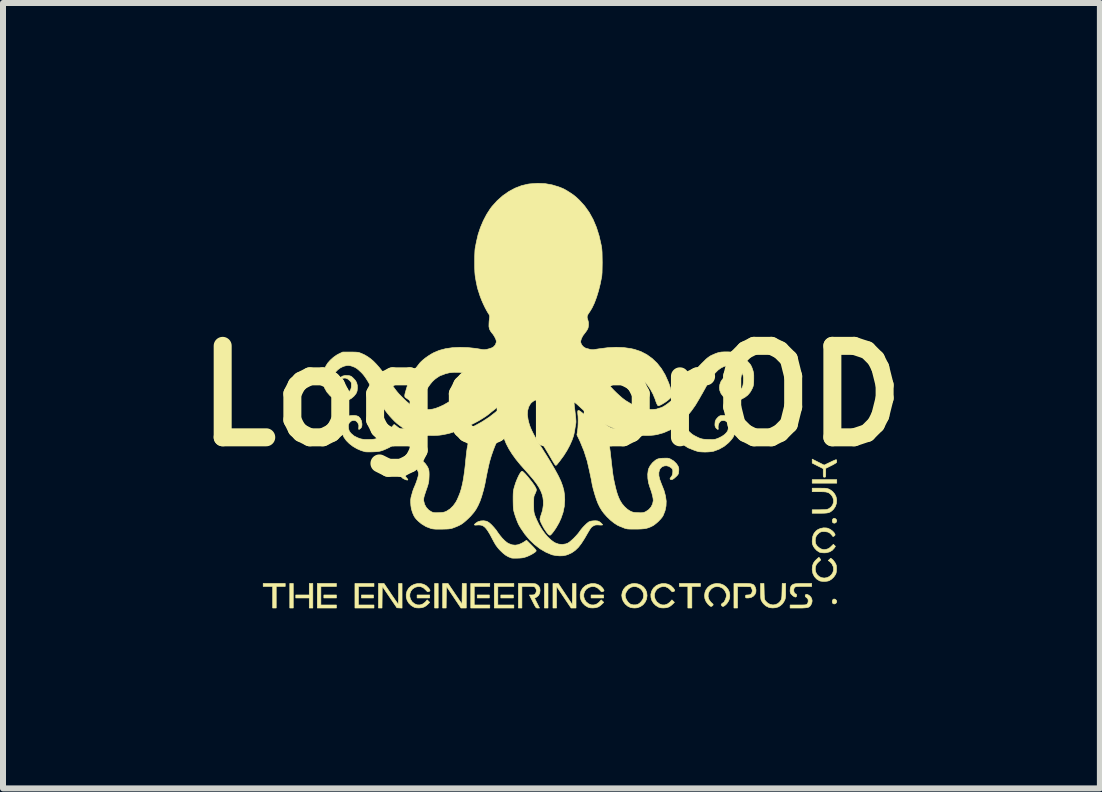
<source format=kicad_pcb>
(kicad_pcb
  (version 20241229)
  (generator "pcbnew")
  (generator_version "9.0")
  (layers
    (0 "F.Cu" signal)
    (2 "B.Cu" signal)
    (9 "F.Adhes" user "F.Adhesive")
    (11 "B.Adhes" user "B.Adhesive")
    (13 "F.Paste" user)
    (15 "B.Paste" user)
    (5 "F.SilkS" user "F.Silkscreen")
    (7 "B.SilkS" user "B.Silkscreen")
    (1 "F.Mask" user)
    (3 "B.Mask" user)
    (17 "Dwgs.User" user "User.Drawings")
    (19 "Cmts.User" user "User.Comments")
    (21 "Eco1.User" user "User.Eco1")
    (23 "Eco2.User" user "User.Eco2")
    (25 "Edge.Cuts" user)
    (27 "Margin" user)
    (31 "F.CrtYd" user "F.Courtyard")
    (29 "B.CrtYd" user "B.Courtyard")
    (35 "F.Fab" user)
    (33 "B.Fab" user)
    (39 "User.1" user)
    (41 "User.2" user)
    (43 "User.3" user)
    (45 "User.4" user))
  (footprint "LogoforOD"
    (layer "F.Cu")
    (at 6.14 3.548)
    (property "Reference" "LogoforOD" (at 0 0 0) (layer "F.SilkS") (effects (font (size 1.524 1.524) (thickness 0.3))))
    (attr through_hole)
    (fp_poly (pts (xy -4.303 3.534) (xy -4.361 3.534) (xy -4.361 3.125) (xy -4.303 3.125) (xy -4.303 3.534)) (stroke (width 0.01) (type solid)) (fill yes) (layer "F.SilkS"))
    (fp_poly (pts (xy -3.584 3.367) (xy -3.793 3.367) (xy -3.793 3.317) (xy -3.584 3.317) (xy -3.584 3.367)) (stroke (width 0.01) (type solid)) (fill yes) (layer "F.SilkS"))
    (fp_poly (pts (xy -2.966 3.367) (xy -3.167 3.367) (xy -3.167 3.317) (xy -2.966 3.317) (xy -2.966 3.367)) (stroke (width 0.01) (type solid)) (fill yes) (layer "F.SilkS"))
    (fp_poly (pts (xy -2.03 3.367) (xy -2.239 3.367) (xy -2.239 3.317) (xy -2.03 3.317) (xy -2.03 3.367)) (stroke (width 0.01) (type solid)) (fill yes) (layer "F.SilkS"))
    (fp_poly (pts (xy -1.888 3.534) (xy -1.947 3.534) (xy -1.947 3.125) (xy -1.888 3.125) (xy -1.888 3.534)) (stroke (width 0.01) (type solid)) (fill yes) (layer "F.SilkS"))
    (fp_poly (pts (xy -1.036 3.367) (xy -1.237 3.367) (xy -1.237 3.317) (xy -1.036 3.317) (xy -1.036 3.367)) (stroke (width 0.01) (type solid)) (fill yes) (layer "F.SilkS"))
    (fp_poly (pts (xy -0.635 3.367) (xy -0.844 3.367) (xy -0.844 3.317) (xy -0.635 3.317) (xy -0.635 3.367)) (stroke (width 0.01) (type solid)) (fill yes) (layer "F.SilkS"))
    (fp_poly (pts (xy -0.058 3.534) (xy -0.117 3.534) (xy -0.117 3.125) (xy -0.058 3.125) (xy -0.058 3.534)) (stroke (width 0.01) (type solid)) (fill yes) (layer "F.SilkS"))
    (fp_poly (pts (xy 0.869 3.367) (xy 0.66 3.367) (xy 0.66 3.317) (xy 0.869 3.317) (xy 0.869 3.367)) (stroke (width 0.01) (type solid)) (fill yes) (layer "F.SilkS"))
    (fp_poly (pts (xy 4.754 1.454) (xy 4.345 1.454) (xy 4.345 1.395) (xy 4.754 1.395) (xy 4.754 1.454)) (stroke (width 0.01) (type solid)) (fill yes) (layer "F.SilkS"))
    (fp_poly (pts (xy -4.437 3.175) (xy -4.587 3.175) (xy -4.587 3.534) (xy -4.646 3.534) (xy -4.646 3.175) (xy -4.804 3.175) (xy -4.804 3.125) (xy -4.437 3.125) (xy -4.437 3.175)) (stroke (width 0.01) (type solid)) (fill yes) (layer "F.SilkS"))
    (fp_poly (pts (xy -3.977 3.534) (xy -4.036 3.534) (xy -4.036 3.367) (xy -4.261 3.367) (xy -4.261 3.317) (xy -4.036 3.317) (xy -4.036 3.125) (xy -3.977 3.125) (xy -3.977 3.534)) (stroke (width 0.01) (type solid)) (fill yes) (layer "F.SilkS"))
    (fp_poly (pts (xy -3.584 3.175) (xy -3.843 3.175) (xy -3.843 3.484) (xy -3.584 3.484) (xy -3.584 3.534) (xy -3.902 3.534) (xy -3.902 3.125) (xy -3.584 3.125) (xy -3.584 3.175)) (stroke (width 0.01) (type solid)) (fill yes) (layer "F.SilkS"))
    (fp_poly (pts (xy -2.958 3.175) (xy -3.217 3.175) (xy -3.217 3.484) (xy -2.958 3.484) (xy -2.958 3.534) (xy -3.275 3.534) (xy -3.275 3.125) (xy -2.958 3.125) (xy -2.958 3.175)) (stroke (width 0.01) (type solid)) (fill yes) (layer "F.SilkS"))
    (fp_poly (pts (xy -1.028 3.175) (xy -1.287 3.175) (xy -1.287 3.484) (xy -1.028 3.484) (xy -1.028 3.534) (xy -1.345 3.534) (xy -1.345 3.125) (xy -1.028 3.125) (xy -1.028 3.175)) (stroke (width 0.01) (type solid)) (fill yes) (layer "F.SilkS"))
    (fp_poly (pts (xy -0.627 3.175) (xy -0.894 3.175) (xy -0.894 3.484) (xy -0.627 3.484) (xy -0.627 3.534) (xy -0.953 3.534) (xy -0.953 3.125) (xy -0.627 3.125) (xy -0.627 3.175)) (stroke (width 0.01) (type solid)) (fill yes) (layer "F.SilkS"))
    (fp_poly (pts (xy 2.482 3.175) (xy 2.339 3.175) (xy 2.339 3.534) (xy 2.273 3.534) (xy 2.273 3.175) (xy 2.131 3.175) (xy 2.131 3.125) (xy 2.482 3.125) (xy 2.482 3.175)) (stroke (width 0.01) (type solid)) (fill yes) (layer "F.SilkS"))
    (fp_poly (pts (xy 0.409 3.534) (xy 0.327 3.534) (xy 0.084 3.172) (xy 0.084 3.534) (xy 0.025 3.534) (xy 0.025 3.125) (xy 0.113 3.125) (xy 0.347 3.478) (xy 0.351 3.125) (xy 0.409 3.125) (xy 0.409 3.534)) (stroke (width 0.01) (type solid)) (fill yes) (layer "F.SilkS"))
    (fp_poly (pts (xy -1.608 3.297) (xy -1.491 3.469) (xy -1.487 3.125) (xy -1.42 3.125) (xy -1.42 3.534) (xy -1.508 3.534) (xy -1.629 3.353) (xy -1.75 3.173) (xy -1.753 3.354) (xy -1.755 3.534) (xy -1.813 3.534) (xy -1.813 3.125) (xy -1.724 3.125) (xy -1.608 3.297)) (stroke (width 0.01) (type solid)) (fill yes) (layer "F.SilkS"))
    (fp_poly (pts (xy 4.733 2.046) (xy 4.749 2.063) (xy 4.754 2.08) (xy 4.748 2.102) (xy 4.731 2.116) (xy 4.711 2.121) (xy 4.691 2.114) (xy 4.689 2.112) (xy 4.681 2.097) (xy 4.679 2.08) (xy 4.685 2.055) (xy 4.701 2.041) (xy 4.713 2.039) (xy 4.733 2.046)) (stroke (width 0.01) (type solid)) (fill yes) (layer "F.SilkS"))
    (fp_poly (pts (xy 4.733 3.391) (xy 4.749 3.408) (xy 4.754 3.426) (xy 4.748 3.447) (xy 4.731 3.461) (xy 4.711 3.467) (xy 4.691 3.46) (xy 4.689 3.457) (xy 4.681 3.442) (xy 4.679 3.426) (xy 4.685 3.4) (xy 4.701 3.386) (xy 4.713 3.384) (xy 4.733 3.391)) (stroke (width 0.01) (type solid)) (fill yes) (layer "F.SilkS"))
    (fp_poly (pts (xy -2.676 3.296) (xy -2.644 3.343) (xy -2.615 3.386) (xy -2.59 3.421) (xy -2.571 3.447) (xy -2.559 3.464) (xy -2.555 3.467) (xy -2.553 3.459) (xy -2.551 3.437) (xy -2.55 3.403) (xy -2.549 3.36) (xy -2.548 3.31) (xy -2.548 3.296) (xy -2.548 3.125) (xy -2.49 3.125) (xy -2.49 3.535) (xy -2.533 3.533) (xy -2.576 3.53) (xy -2.82 3.171) (xy -2.824 3.534) (xy -2.883 3.534) (xy -2.883 3.125) (xy -2.791 3.125) (xy -2.676 3.296)) (stroke (width 0.01) (type solid)) (fill yes) (layer "F.SilkS"))
    (fp_poly (pts (xy 4.444 1.103) (xy 4.544 1.153) (xy 4.647 1.104) (xy 4.688 1.084) (xy 4.717 1.072) (xy 4.735 1.064) (xy 4.745 1.063) (xy 4.75 1.065) (xy 4.752 1.072) (xy 4.753 1.076) (xy 4.753 1.096) (xy 4.751 1.108) (xy 4.742 1.116) (xy 4.721 1.129) (xy 4.692 1.146) (xy 4.658 1.163) (xy 4.57 1.207) (xy 4.57 1.28) (xy 4.57 1.315) (xy 4.569 1.337) (xy 4.566 1.348) (xy 4.56 1.353) (xy 4.55 1.354) (xy 4.549 1.354) (xy 4.539 1.353) (xy 4.533 1.349) (xy 4.53 1.338) (xy 4.529 1.317) (xy 4.529 1.283) (xy 4.529 1.212) (xy 4.437 1.166) (xy 4.345 1.119) (xy 4.345 1.053) (xy 4.444 1.103)) (stroke (width 0.01) (type solid)) (fill yes) (layer "F.SilkS"))
    (fp_poly (pts (xy 3.185 3.125) (xy 3.246 3.125) (xy 3.292 3.127) (xy 3.326 3.131) (xy 3.351 3.138) (xy 3.369 3.148) (xy 3.382 3.163) (xy 3.393 3.182) (xy 3.395 3.186) (xy 3.408 3.23) (xy 3.406 3.272) (xy 3.39 3.309) (xy 3.363 3.338) (xy 3.325 3.359) (xy 3.279 3.367) (xy 3.273 3.367) (xy 3.249 3.367) (xy 3.238 3.363) (xy 3.234 3.353) (xy 3.233 3.342) (xy 3.235 3.326) (xy 3.242 3.319) (xy 3.259 3.317) (xy 3.267 3.317) (xy 3.302 3.314) (xy 3.325 3.302) (xy 3.339 3.279) (xy 3.342 3.271) (xy 3.347 3.248) (xy 3.344 3.229) (xy 3.337 3.21) (xy 3.321 3.179) (xy 3.211 3.177) (xy 3.1 3.175) (xy 3.1 3.534) (xy 3.041 3.534) (xy 3.041 3.125) (xy 3.185 3.125)) (stroke (width 0.01) (type solid)) (fill yes) (layer "F.SilkS"))
    (fp_poly (pts (xy 4.267 3.31) (xy 4.289 3.321) (xy 4.311 3.339) (xy 4.328 3.362) (xy 4.333 3.372) (xy 4.343 3.404) (xy 4.342 3.433) (xy 4.331 3.466) (xy 4.328 3.472) (xy 4.316 3.493) (xy 4.303 3.508) (xy 4.285 3.52) (xy 4.261 3.527) (xy 4.228 3.531) (xy 4.183 3.534) (xy 4.124 3.534) (xy 4.116 3.534) (xy 3.977 3.534) (xy 3.977 3.484) (xy 4.111 3.484) (xy 4.161 3.484) (xy 4.198 3.483) (xy 4.223 3.482) (xy 4.24 3.479) (xy 4.251 3.475) (xy 4.259 3.469) (xy 4.261 3.467) (xy 4.275 3.442) (xy 4.278 3.419) (xy 4.276 3.392) (xy 4.267 3.374) (xy 4.249 3.361) (xy 4.247 3.36) (xy 4.231 3.343) (xy 4.228 3.329) (xy 4.233 3.313) (xy 4.247 3.307) (xy 4.267 3.31)) (stroke (width 0.01) (type solid)) (fill yes) (layer "F.SilkS"))
    (fp_poly (pts (xy 4.336 3.175) (xy 4.203 3.175) (xy 4.152 3.175) (xy 4.115 3.176) (xy 4.09 3.177) (xy 4.073 3.18) (xy 4.062 3.184) (xy 4.054 3.19) (xy 4.052 3.192) (xy 4.04 3.212) (xy 4.037 3.238) (xy 4.041 3.265) (xy 4.051 3.286) (xy 4.066 3.299) (xy 4.074 3.3) (xy 4.083 3.308) (xy 4.086 3.325) (xy 4.081 3.345) (xy 4.067 3.352) (xy 4.046 3.346) (xy 4.02 3.328) (xy 4.01 3.318) (xy 3.99 3.297) (xy 3.981 3.279) (xy 3.977 3.258) (xy 3.977 3.242) (xy 3.98 3.207) (xy 3.989 3.178) (xy 3.991 3.174) (xy 4.003 3.158) (xy 4.018 3.145) (xy 4.037 3.136) (xy 4.065 3.13) (xy 4.102 3.127) (xy 4.152 3.125) (xy 4.198 3.125) (xy 4.336 3.125) (xy 4.336 3.175)) (stroke (width 0.01) (type solid)) (fill yes) (layer "F.SilkS"))
    (fp_poly (pts (xy -0.411 3.125) (xy -0.359 3.125) (xy -0.32 3.126) (xy -0.292 3.128) (xy -0.273 3.13) (xy -0.258 3.134) (xy -0.246 3.14) (xy -0.245 3.141) (xy -0.213 3.168) (xy -0.195 3.202) (xy -0.19 3.24) (xy -0.196 3.287) (xy -0.216 3.325) (xy -0.249 3.353) (xy -0.252 3.354) (xy -0.282 3.371) (xy -0.241 3.452) (xy -0.2 3.534) (xy -0.23 3.534) (xy -0.241 3.534) (xy -0.251 3.531) (xy -0.259 3.524) (xy -0.269 3.51) (xy -0.282 3.486) (xy -0.3 3.452) (xy -0.313 3.426) (xy -0.368 3.317) (xy -0.327 3.317) (xy -0.299 3.315) (xy -0.282 3.309) (xy -0.268 3.295) (xy -0.268 3.295) (xy -0.256 3.271) (xy -0.251 3.246) (xy -0.256 3.22) (xy -0.268 3.197) (xy -0.276 3.188) (xy -0.284 3.182) (xy -0.297 3.178) (xy -0.316 3.176) (xy -0.346 3.175) (xy -0.389 3.175) (xy -0.493 3.175) (xy -0.493 3.534) (xy -0.551 3.534) (xy -0.551 3.125) (xy -0.411 3.125)) (stroke (width 0.01) (type solid)) (fill yes) (layer "F.SilkS"))
    (fp_poly (pts (xy 4.517 1.538) (xy 4.552 1.538) (xy 4.578 1.54) (xy 4.597 1.544) (xy 4.614 1.549) (xy 4.631 1.557) (xy 4.638 1.56) (xy 4.685 1.593) (xy 4.72 1.635) (xy 4.743 1.683) (xy 4.753 1.735) (xy 4.749 1.788) (xy 4.732 1.84) (xy 4.701 1.887) (xy 4.686 1.902) (xy 4.664 1.921) (xy 4.643 1.935) (xy 4.618 1.945) (xy 4.586 1.951) (xy 4.546 1.954) (xy 4.492 1.955) (xy 4.47 1.955) (xy 4.345 1.955) (xy 4.345 1.897) (xy 4.466 1.897) (xy 4.516 1.896) (xy 4.552 1.895) (xy 4.578 1.893) (xy 4.597 1.889) (xy 4.613 1.883) (xy 4.62 1.88) (xy 4.659 1.852) (xy 4.686 1.815) (xy 4.7 1.773) (xy 4.7 1.729) (xy 4.686 1.685) (xy 4.664 1.652) (xy 4.644 1.632) (xy 4.624 1.617) (xy 4.601 1.607) (xy 4.572 1.6) (xy 4.535 1.597) (xy 4.485 1.596) (xy 4.462 1.596) (xy 4.345 1.596) (xy 4.345 1.537) (xy 4.469 1.537) (xy 4.517 1.538)) (stroke (width 0.01) (type solid)) (fill yes) (layer "F.SilkS"))
    (fp_poly (pts (xy 3.544 3.257) (xy 3.545 3.307) (xy 3.547 3.343) (xy 3.548 3.369) (xy 3.552 3.386) (xy 3.556 3.399) (xy 3.563 3.411) (xy 3.57 3.42) (xy 3.606 3.455) (xy 3.647 3.475) (xy 3.691 3.483) (xy 3.735 3.477) (xy 3.776 3.458) (xy 3.81 3.425) (xy 3.816 3.417) (xy 3.825 3.402) (xy 3.831 3.389) (xy 3.835 3.374) (xy 3.838 3.353) (xy 3.84 3.323) (xy 3.841 3.282) (xy 3.842 3.253) (xy 3.845 3.125) (xy 3.902 3.125) (xy 3.902 3.248) (xy 3.902 3.297) (xy 3.901 3.333) (xy 3.898 3.359) (xy 3.895 3.379) (xy 3.889 3.397) (xy 3.882 3.413) (xy 3.852 3.461) (xy 3.813 3.496) (xy 3.777 3.517) (xy 3.735 3.529) (xy 3.688 3.533) (xy 3.642 3.529) (xy 3.622 3.524) (xy 3.571 3.498) (xy 3.529 3.459) (xy 3.501 3.416) (xy 3.494 3.402) (xy 3.49 3.386) (xy 3.487 3.364) (xy 3.485 3.335) (xy 3.484 3.295) (xy 3.484 3.255) (xy 3.484 3.125) (xy 3.541 3.125) (xy 3.544 3.257)) (stroke (width 0.01) (type solid)) (fill yes) (layer "F.SilkS"))
    (fp_poly (pts (xy 1.897 3.127) (xy 1.947 3.139) (xy 1.993 3.164) (xy 2.03 3.201) (xy 2.031 3.202) (xy 2.048 3.227) (xy 2.054 3.242) (xy 2.05 3.251) (xy 2.036 3.259) (xy 2.034 3.26) (xy 2.021 3.264) (xy 2.01 3.262) (xy 1.997 3.25) (xy 1.983 3.234) (xy 1.943 3.198) (xy 1.9 3.179) (xy 1.854 3.176) (xy 1.806 3.189) (xy 1.798 3.193) (xy 1.759 3.22) (xy 1.732 3.256) (xy 1.717 3.299) (xy 1.716 3.344) (xy 1.728 3.388) (xy 1.754 3.429) (xy 1.758 3.433) (xy 1.798 3.465) (xy 1.841 3.482) (xy 1.886 3.483) (xy 1.93 3.469) (xy 1.97 3.44) (xy 1.979 3.43) (xy 2.007 3.398) (xy 2.049 3.44) (xy 2.017 3.471) (xy 1.991 3.494) (xy 1.963 3.513) (xy 1.952 3.518) (xy 1.914 3.529) (xy 1.87 3.533) (xy 1.825 3.531) (xy 1.788 3.521) (xy 1.738 3.491) (xy 1.699 3.452) (xy 1.672 3.407) (xy 1.658 3.357) (xy 1.656 3.305) (xy 1.669 3.254) (xy 1.697 3.206) (xy 1.703 3.199) (xy 1.744 3.163) (xy 1.792 3.139) (xy 1.844 3.127) (xy 1.897 3.127)) (stroke (width 0.01) (type solid)) (fill yes) (layer "F.SilkS"))
    (fp_poly (pts (xy -2.181 3.127) (xy -2.13 3.139) (xy -2.085 3.164) (xy -2.048 3.201) (xy -2.046 3.202) (xy -2.03 3.227) (xy -2.024 3.242) (xy -2.027 3.251) (xy -2.041 3.259) (xy -2.043 3.26) (xy -2.056 3.264) (xy -2.067 3.262) (xy -2.08 3.25) (xy -2.095 3.234) (xy -2.134 3.198) (xy -2.177 3.179) (xy -2.223 3.176) (xy -2.272 3.189) (xy -2.279 3.193) (xy -2.318 3.22) (xy -2.345 3.256) (xy -2.36 3.299) (xy -2.361 3.344) (xy -2.349 3.388) (xy -2.323 3.429) (xy -2.32 3.433) (xy -2.28 3.465) (xy -2.236 3.482) (xy -2.191 3.483) (xy -2.148 3.469) (xy -2.108 3.44) (xy -2.098 3.43) (xy -2.071 3.398) (xy -2.05 3.419) (xy -2.029 3.44) (xy -2.06 3.471) (xy -2.086 3.494) (xy -2.115 3.513) (xy -2.126 3.518) (xy -2.163 3.529) (xy -2.208 3.533) (xy -2.252 3.531) (xy -2.289 3.521) (xy -2.339 3.491) (xy -2.378 3.452) (xy -2.405 3.407) (xy -2.42 3.357) (xy -2.421 3.305) (xy -2.408 3.254) (xy -2.38 3.206) (xy -2.374 3.199) (xy -2.333 3.163) (xy -2.285 3.139) (xy -2.233 3.127) (xy -2.181 3.127)) (stroke (width 0.01) (type solid)) (fill yes) (layer "F.SilkS"))
    (fp_poly (pts (xy 0.719 3.127) (xy 0.769 3.139) (xy 0.815 3.164) (xy 0.852 3.201) (xy 0.853 3.202) (xy 0.869 3.227) (xy 0.876 3.242) (xy 0.872 3.251) (xy 0.858 3.259) (xy 0.856 3.26) (xy 0.843 3.264) (xy 0.832 3.262) (xy 0.819 3.25) (xy 0.805 3.234) (xy 0.765 3.198) (xy 0.722 3.179) (xy 0.676 3.176) (xy 0.628 3.189) (xy 0.62 3.193) (xy 0.581 3.22) (xy 0.554 3.256) (xy 0.539 3.299) (xy 0.538 3.344) (xy 0.55 3.388) (xy 0.576 3.429) (xy 0.58 3.433) (xy 0.619 3.465) (xy 0.663 3.482) (xy 0.708 3.483) (xy 0.752 3.469) (xy 0.792 3.44) (xy 0.801 3.43) (xy 0.829 3.398) (xy 0.85 3.419) (xy 0.871 3.44) (xy 0.839 3.471) (xy 0.813 3.494) (xy 0.785 3.513) (xy 0.774 3.518) (xy 0.736 3.529) (xy 0.691 3.533) (xy 0.647 3.531) (xy 0.61 3.521) (xy 0.56 3.491) (xy 0.521 3.452) (xy 0.494 3.407) (xy 0.479 3.357) (xy 0.478 3.305) (xy 0.491 3.254) (xy 0.519 3.206) (xy 0.525 3.199) (xy 0.566 3.163) (xy 0.614 3.139) (xy 0.666 3.127) (xy 0.719 3.127)) (stroke (width 0.01) (type solid)) (fill yes) (layer "F.SilkS"))
    (fp_poly (pts (xy 1.441 3.133) (xy 1.492 3.153) (xy 1.535 3.185) (xy 1.567 3.226) (xy 1.587 3.274) (xy 1.593 3.328) (xy 1.585 3.384) (xy 1.585 3.385) (xy 1.561 3.437) (xy 1.526 3.48) (xy 1.481 3.511) (xy 1.43 3.53) (xy 1.387 3.534) (xy 1.357 3.532) (xy 1.329 3.528) (xy 1.318 3.526) (xy 1.27 3.503) (xy 1.228 3.467) (xy 1.196 3.421) (xy 1.178 3.375) (xy 1.171 3.321) (xy 1.171 3.321) (xy 1.228 3.321) (xy 1.235 3.363) (xy 1.254 3.404) (xy 1.281 3.441) (xy 1.314 3.468) (xy 1.324 3.473) (xy 1.365 3.482) (xy 1.409 3.481) (xy 1.44 3.473) (xy 1.47 3.453) (xy 1.499 3.423) (xy 1.522 3.388) (xy 1.529 3.371) (xy 1.537 3.325) (xy 1.53 3.283) (xy 1.512 3.246) (xy 1.484 3.215) (xy 1.449 3.192) (xy 1.41 3.179) (xy 1.368 3.177) (xy 1.327 3.187) (xy 1.288 3.212) (xy 1.284 3.215) (xy 1.263 3.24) (xy 1.245 3.271) (xy 1.232 3.301) (xy 1.228 3.321) (xy 1.171 3.321) (xy 1.18 3.27) (xy 1.201 3.223) (xy 1.234 3.183) (xy 1.277 3.152) (xy 1.328 3.132) (xy 1.383 3.125) (xy 1.441 3.133)) (stroke (width 0.01) (type solid)) (fill yes) (layer "F.SilkS"))
    (fp_poly (pts (xy 4.472 2.707) (xy 4.483 2.723) (xy 4.487 2.732) (xy 4.481 2.74) (xy 4.465 2.754) (xy 4.452 2.765) (xy 4.419 2.8) (xy 4.4 2.841) (xy 4.395 2.887) (xy 4.403 2.934) (xy 4.424 2.974) (xy 4.457 3.007) (xy 4.498 3.028) (xy 4.545 3.035) (xy 4.592 3.028) (xy 4.633 3.008) (xy 4.667 2.978) (xy 4.69 2.94) (xy 4.701 2.898) (xy 4.698 2.854) (xy 4.695 2.844) (xy 4.673 2.797) (xy 4.64 2.762) (xy 4.632 2.757) (xy 4.612 2.743) (xy 4.633 2.724) (xy 4.654 2.704) (xy 4.677 2.721) (xy 4.695 2.738) (xy 4.714 2.763) (xy 4.725 2.778) (xy 4.738 2.802) (xy 4.746 2.823) (xy 4.749 2.848) (xy 4.75 2.882) (xy 4.748 2.922) (xy 4.743 2.952) (xy 4.732 2.978) (xy 4.731 2.979) (xy 4.705 3.017) (xy 4.67 3.051) (xy 4.632 3.076) (xy 4.623 3.08) (xy 4.594 3.087) (xy 4.556 3.091) (xy 4.516 3.09) (xy 4.481 3.085) (xy 4.466 3.08) (xy 4.418 3.05) (xy 4.381 3.009) (xy 4.356 2.958) (xy 4.345 2.9) (xy 4.345 2.885) (xy 4.35 2.831) (xy 4.365 2.787) (xy 4.393 2.748) (xy 4.416 2.725) (xy 4.457 2.689) (xy 4.472 2.707)) (stroke (width 0.01) (type solid)) (fill yes) (layer "F.SilkS"))
    (fp_poly (pts (xy 2.819 3.132) (xy 2.869 3.152) (xy 2.91 3.183) (xy 2.942 3.222) (xy 2.963 3.266) (xy 2.972 3.315) (xy 2.97 3.365) (xy 2.953 3.414) (xy 2.923 3.46) (xy 2.912 3.472) (xy 2.884 3.497) (xy 2.862 3.508) (xy 2.845 3.504) (xy 2.834 3.492) (xy 2.828 3.478) (xy 2.834 3.467) (xy 2.843 3.459) (xy 2.858 3.447) (xy 2.867 3.443) (xy 2.875 3.435) (xy 2.886 3.416) (xy 2.898 3.391) (xy 2.908 3.364) (xy 2.914 3.339) (xy 2.916 3.326) (xy 2.909 3.287) (xy 2.89 3.248) (xy 2.864 3.215) (xy 2.849 3.203) (xy 2.803 3.182) (xy 2.756 3.176) (xy 2.711 3.185) (xy 2.669 3.21) (xy 2.665 3.214) (xy 2.631 3.254) (xy 2.613 3.298) (xy 2.61 3.344) (xy 2.623 3.389) (xy 2.651 3.431) (xy 2.67 3.45) (xy 2.688 3.466) (xy 2.695 3.477) (xy 2.692 3.486) (xy 2.686 3.493) (xy 2.67 3.506) (xy 2.655 3.507) (xy 2.636 3.496) (xy 2.611 3.472) (xy 2.61 3.472) (xy 2.576 3.426) (xy 2.556 3.376) (xy 2.551 3.325) (xy 2.558 3.276) (xy 2.576 3.23) (xy 2.606 3.19) (xy 2.646 3.157) (xy 2.694 3.135) (xy 2.75 3.125) (xy 2.761 3.125) (xy 2.819 3.132)) (stroke (width 0.01) (type solid)) (fill yes) (layer "F.SilkS"))
    (fp_poly (pts (xy -1.082 2.088) (xy -1.063 2.097) (xy -1.033 2.117) (xy -0.997 2.15) (xy -0.959 2.191) (xy -0.921 2.237) (xy -0.894 2.277) (xy -0.86 2.323) (xy -0.823 2.368) (xy -0.785 2.407) (xy -0.749 2.438) (xy -0.719 2.458) (xy -0.716 2.459) (xy -0.659 2.481) (xy -0.605 2.487) (xy -0.552 2.479) (xy -0.497 2.456) (xy -0.466 2.438) (xy -0.415 2.405) (xy -0.332 2.488) (xy -0.297 2.524) (xy -0.273 2.551) (xy -0.259 2.569) (xy -0.255 2.581) (xy -0.255 2.584) (xy -0.267 2.598) (xy -0.29 2.615) (xy -0.322 2.635) (xy -0.36 2.655) (xy -0.4 2.673) (xy -0.415 2.679) (xy -0.45 2.69) (xy -0.486 2.698) (xy -0.529 2.702) (xy -0.56 2.703) (xy -0.599 2.704) (xy -0.633 2.704) (xy -0.659 2.702) (xy -0.668 2.7) (xy -0.719 2.68) (xy -0.764 2.654) (xy -0.808 2.619) (xy -0.854 2.575) (xy -0.882 2.545) (xy -0.904 2.517) (xy -0.925 2.489) (xy -0.945 2.456) (xy -0.968 2.415) (xy -0.989 2.375) (xy -1.025 2.307) (xy -1.058 2.253) (xy -1.087 2.212) (xy -1.115 2.183) (xy -1.144 2.163) (xy -1.175 2.153) (xy -1.208 2.15) (xy -1.234 2.151) (xy -1.266 2.153) (xy -1.282 2.151) (xy -1.284 2.143) (xy -1.273 2.13) (xy -1.268 2.125) (xy -1.228 2.098) (xy -1.18 2.083) (xy -1.13 2.08) (xy -1.082 2.088)) (stroke (width 0.01) (type solid)) (fill yes) (layer "F.SilkS"))
    (fp_poly (pts (xy 4.582 2.2) (xy 4.606 2.205) (xy 4.642 2.222) (xy 4.677 2.246) (xy 4.705 2.273) (xy 4.717 2.291) (xy 4.726 2.309) (xy 4.725 2.32) (xy 4.715 2.331) (xy 4.712 2.333) (xy 4.699 2.342) (xy 4.69 2.342) (xy 4.679 2.329) (xy 4.676 2.324) (xy 4.645 2.29) (xy 4.609 2.269) (xy 4.563 2.261) (xy 4.545 2.26) (xy 4.513 2.261) (xy 4.491 2.265) (xy 4.473 2.274) (xy 4.456 2.286) (xy 4.433 2.308) (xy 4.414 2.332) (xy 4.41 2.34) (xy 4.399 2.374) (xy 4.395 2.413) (xy 4.4 2.451) (xy 4.407 2.472) (xy 4.425 2.498) (xy 4.451 2.523) (xy 4.479 2.543) (xy 4.502 2.553) (xy 4.522 2.558) (xy 4.534 2.561) (xy 4.547 2.561) (xy 4.569 2.558) (xy 4.583 2.555) (xy 4.614 2.545) (xy 4.642 2.526) (xy 4.66 2.509) (xy 4.698 2.472) (xy 4.715 2.489) (xy 4.732 2.506) (xy 4.71 2.539) (xy 4.677 2.574) (xy 4.633 2.599) (xy 4.58 2.613) (xy 4.546 2.615) (xy 4.513 2.613) (xy 4.483 2.609) (xy 4.466 2.604) (xy 4.421 2.575) (xy 4.383 2.534) (xy 4.364 2.504) (xy 4.353 2.479) (xy 4.347 2.457) (xy 4.345 2.43) (xy 4.346 2.398) (xy 4.355 2.338) (xy 4.376 2.289) (xy 4.41 2.249) (xy 4.44 2.227) (xy 4.484 2.208) (xy 4.534 2.198) (xy 4.582 2.2)) (stroke (width 0.01) (type solid)) (fill yes) (layer "F.SilkS"))
    (fp_poly (pts (xy -3.247 0.331) (xy -3.219 0.341) (xy -3.216 0.343) (xy -3.186 0.375) (xy -3.166 0.417) (xy -3.158 0.467) (xy -3.158 0.472) (xy -3.16 0.501) (xy -3.165 0.52) (xy -3.176 0.535) (xy -3.18 0.539) (xy -3.2 0.555) (xy -3.211 0.558) (xy -3.214 0.546) (xy -3.212 0.531) (xy -3.21 0.492) (xy -3.222 0.458) (xy -3.238 0.435) (xy -3.257 0.418) (xy -3.277 0.41) (xy -3.295 0.409) (xy -3.321 0.412) (xy -3.342 0.422) (xy -3.357 0.437) (xy -3.374 0.457) (xy -3.382 0.476) (xy -3.384 0.503) (xy -3.384 0.507) (xy -3.38 0.551) (xy -3.369 0.586) (xy -3.345 0.619) (xy -3.335 0.629) (xy -3.288 0.668) (xy -3.228 0.698) (xy -3.18 0.715) (xy -3.15 0.721) (xy -3.118 0.725) (xy -3.078 0.726) (xy -3.034 0.725) (xy -2.992 0.724) (xy -2.961 0.721) (xy -2.937 0.717) (xy -2.913 0.709) (xy -2.884 0.696) (xy -2.853 0.681) (xy -2.793 0.648) (xy -2.745 0.615) (xy -2.704 0.576) (xy -2.667 0.53) (xy -2.664 0.525) (xy -2.646 0.501) (xy -2.631 0.483) (xy -2.622 0.476) (xy -2.622 0.476) (xy -2.612 0.481) (xy -2.593 0.495) (xy -2.571 0.513) (xy -2.539 0.537) (xy -2.502 0.563) (xy -2.475 0.58) (xy -2.45 0.596) (xy -2.431 0.609) (xy -2.423 0.616) (xy -2.423 0.617) (xy -2.429 0.626) (xy -2.445 0.643) (xy -2.468 0.667) (xy -2.497 0.696) (xy -2.528 0.726) (xy -2.56 0.755) (xy -2.59 0.782) (xy -2.615 0.804) (xy -2.633 0.818) (xy -2.634 0.818) (xy -2.705 0.86) (xy -2.784 0.896) (xy -2.824 0.911) (xy -2.856 0.92) (xy -2.891 0.927) (xy -2.933 0.93) (xy -2.979 0.932) (xy -3.02 0.933) (xy -3.057 0.933) (xy -3.085 0.932) (xy -3.1 0.931) (xy -3.17 0.911) (xy -3.241 0.88) (xy -3.308 0.841) (xy -3.369 0.794) (xy -3.419 0.744) (xy -3.457 0.691) (xy -3.457 0.691) (xy -3.479 0.645) (xy -3.495 0.598) (xy -3.504 0.554) (xy -3.505 0.517) (xy -3.502 0.503) (xy -3.493 0.473) (xy -3.484 0.442) (xy -3.484 0.441) (xy -3.462 0.397) (xy -3.428 0.36) (xy -3.4 0.342) (xy -3.367 0.331) (xy -3.327 0.326) (xy -3.285 0.325) (xy -3.247 0.331)) (stroke (width 0.01) (type solid)) (fill yes) (layer "F.SilkS"))
    (fp_poly (pts (xy 2.919 0.328) (xy 2.952 0.334) (xy 2.979 0.347) (xy 3.005 0.368) (xy 3.014 0.377) (xy 3.032 0.402) (xy 3.049 0.438) (xy 3.063 0.477) (xy 3.073 0.514) (xy 3.075 0.533) (xy 3.071 0.559) (xy 3.063 0.594) (xy 3.05 0.632) (xy 3.036 0.669) (xy 3.029 0.685) (xy 3.014 0.707) (xy 2.991 0.736) (xy 2.963 0.767) (xy 2.947 0.783) (xy 2.876 0.841) (xy 2.794 0.887) (xy 2.706 0.92) (xy 2.695 0.923) (xy 2.659 0.929) (xy 2.611 0.933) (xy 2.559 0.935) (xy 2.508 0.933) (xy 2.464 0.93) (xy 2.452 0.928) (xy 2.425 0.921) (xy 2.392 0.91) (xy 2.373 0.903) (xy 2.343 0.891) (xy 2.314 0.879) (xy 2.301 0.874) (xy 2.279 0.865) (xy 2.263 0.856) (xy 2.263 0.856) (xy 2.25 0.847) (xy 2.228 0.833) (xy 2.21 0.823) (xy 2.191 0.81) (xy 2.165 0.79) (xy 2.135 0.763) (xy 2.103 0.734) (xy 2.071 0.704) (xy 2.042 0.675) (xy 2.018 0.651) (xy 2.002 0.632) (xy 1.997 0.623) (xy 2.003 0.615) (xy 2.021 0.599) (xy 2.046 0.579) (xy 2.07 0.561) (xy 2.103 0.538) (xy 2.133 0.516) (xy 2.157 0.498) (xy 2.167 0.491) (xy 2.183 0.479) (xy 2.192 0.477) (xy 2.2 0.485) (xy 2.202 0.489) (xy 2.231 0.524) (xy 2.264 0.562) (xy 2.298 0.598) (xy 2.33 0.627) (xy 2.352 0.644) (xy 2.382 0.662) (xy 2.419 0.681) (xy 2.452 0.697) (xy 2.479 0.708) (xy 2.503 0.715) (xy 2.528 0.72) (xy 2.559 0.723) (xy 2.601 0.725) (xy 2.616 0.725) (xy 2.66 0.726) (xy 2.692 0.726) (xy 2.716 0.724) (xy 2.737 0.72) (xy 2.759 0.712) (xy 2.787 0.701) (xy 2.787 0.701) (xy 2.839 0.675) (xy 2.884 0.644) (xy 2.918 0.61) (xy 2.938 0.579) (xy 2.944 0.555) (xy 2.949 0.524) (xy 2.949 0.502) (xy 2.949 0.473) (xy 2.945 0.455) (xy 2.935 0.442) (xy 2.924 0.431) (xy 2.893 0.414) (xy 2.86 0.409) (xy 2.828 0.415) (xy 2.808 0.429) (xy 2.789 0.459) (xy 2.778 0.496) (xy 2.777 0.531) (xy 2.778 0.535) (xy 2.78 0.554) (xy 2.773 0.559) (xy 2.758 0.549) (xy 2.745 0.537) (xy 2.732 0.519) (xy 2.725 0.497) (xy 2.724 0.47) (xy 2.728 0.426) (xy 2.743 0.391) (xy 2.772 0.358) (xy 2.778 0.352) (xy 2.794 0.339) (xy 2.809 0.331) (xy 2.827 0.327) (xy 2.854 0.326) (xy 2.875 0.326) (xy 2.919 0.328)) (stroke (width 0.01) (type solid)) (fill yes) (layer "F.SilkS"))
    (fp_poly (pts (xy -0.479 1.259) (xy -0.464 1.272) (xy -0.441 1.295) (xy -0.437 1.299) (xy -0.394 1.348) (xy -0.355 1.397) (xy -0.319 1.443) (xy -0.289 1.486) (xy -0.267 1.522) (xy -0.254 1.55) (xy -0.251 1.565) (xy -0.255 1.585) (xy -0.265 1.612) (xy -0.274 1.632) (xy -0.282 1.649) (xy -0.289 1.665) (xy -0.293 1.682) (xy -0.295 1.704) (xy -0.296 1.734) (xy -0.297 1.776) (xy -0.297 1.805) (xy -0.296 1.858) (xy -0.295 1.899) (xy -0.292 1.932) (xy -0.286 1.962) (xy -0.276 1.993) (xy -0.261 2.03) (xy -0.245 2.068) (xy -0.207 2.146) (xy -0.162 2.221) (xy -0.113 2.29) (xy -0.061 2.351) (xy -0.008 2.401) (xy 0.043 2.438) (xy 0.061 2.448) (xy 0.119 2.469) (xy 0.179 2.475) (xy 0.238 2.466) (xy 0.274 2.452) (xy 0.3 2.435) (xy 0.332 2.408) (xy 0.369 2.375) (xy 0.405 2.337) (xy 0.438 2.3) (xy 0.465 2.266) (xy 0.474 2.252) (xy 0.496 2.223) (xy 0.525 2.189) (xy 0.557 2.156) (xy 0.588 2.126) (xy 0.616 2.104) (xy 0.628 2.096) (xy 0.656 2.087) (xy 0.693 2.082) (xy 0.731 2.08) (xy 0.766 2.083) (xy 0.788 2.09) (xy 0.806 2.101) (xy 0.825 2.117) (xy 0.842 2.134) (xy 0.852 2.146) (xy 0.852 2.148) (xy 0.845 2.151) (xy 0.824 2.152) (xy 0.796 2.151) (xy 0.792 2.15) (xy 0.758 2.149) (xy 0.734 2.151) (xy 0.715 2.157) (xy 0.698 2.166) (xy 0.686 2.173) (xy 0.676 2.18) (xy 0.666 2.189) (xy 0.655 2.202) (xy 0.642 2.221) (xy 0.626 2.247) (xy 0.605 2.282) (xy 0.578 2.329) (xy 0.549 2.379) (xy 0.498 2.458) (xy 0.448 2.523) (xy 0.395 2.574) (xy 0.337 2.614) (xy 0.274 2.643) (xy 0.243 2.653) (xy 0.194 2.663) (xy 0.136 2.665) (xy 0.075 2.66) (xy 0.017 2.649) (xy 0.001 2.644) (xy -0.095 2.603) (xy -0.189 2.548) (xy -0.28 2.478) (xy -0.365 2.397) (xy -0.443 2.304) (xy -0.513 2.202) (xy -0.543 2.151) (xy -0.557 2.122) (xy -0.574 2.081) (xy -0.592 2.033) (xy -0.609 1.983) (xy -0.62 1.946) (xy -0.627 1.921) (xy -0.632 1.896) (xy -0.635 1.869) (xy -0.637 1.835) (xy -0.638 1.792) (xy -0.639 1.736) (xy -0.639 1.734) (xy -0.639 1.678) (xy -0.638 1.635) (xy -0.636 1.6) (xy -0.632 1.57) (xy -0.625 1.54) (xy -0.615 1.506) (xy -0.602 1.464) (xy -0.596 1.446) (xy -0.58 1.405) (xy -0.562 1.363) (xy -0.543 1.323) (xy -0.524 1.29) (xy -0.508 1.267) (xy -0.498 1.258) (xy -0.489 1.255) (xy -0.479 1.259)) (stroke (width 0.01) (type solid)) (fill yes) (layer "F.SilkS"))
    (fp_poly (pts (xy 0.468 0.248) (xy 0.497 0.269) (xy 0.5 0.272) (xy 0.6 0.349) (xy 0.699 0.415) (xy 0.805 0.476) (xy 0.807 0.477) (xy 0.883 0.518) (xy 0.913 0.612) (xy 0.93 0.665) (xy 0.944 0.721) (xy 0.957 0.781) (xy 0.968 0.849) (xy 0.979 0.928) (xy 0.989 1.019) (xy 0.994 1.057) (xy 1 1.119) (xy 1.008 1.182) (xy 1.015 1.242) (xy 1.022 1.297) (xy 1.029 1.342) (xy 1.034 1.375) (xy 1.036 1.383) (xy 1.054 1.468) (xy 1.071 1.54) (xy 1.087 1.6) (xy 1.104 1.652) (xy 1.122 1.698) (xy 1.141 1.739) (xy 1.175 1.795) (xy 1.218 1.846) (xy 1.265 1.889) (xy 1.309 1.917) (xy 1.334 1.929) (xy 1.357 1.937) (xy 1.384 1.942) (xy 1.419 1.944) (xy 1.443 1.945) (xy 1.483 1.947) (xy 1.511 1.946) (xy 1.532 1.943) (xy 1.551 1.937) (xy 1.573 1.927) (xy 1.576 1.925) (xy 1.623 1.893) (xy 1.66 1.85) (xy 1.685 1.8) (xy 1.696 1.747) (xy 1.696 1.737) (xy 1.693 1.707) (xy 1.685 1.666) (xy 1.672 1.617) (xy 1.655 1.564) (xy 1.638 1.516) (xy 1.617 1.446) (xy 1.606 1.374) (xy 1.604 1.304) (xy 1.612 1.241) (xy 1.621 1.209) (xy 1.647 1.159) (xy 1.685 1.112) (xy 1.729 1.074) (xy 1.744 1.064) (xy 1.765 1.053) (xy 1.787 1.046) (xy 1.814 1.041) (xy 1.852 1.038) (xy 1.863 1.038) (xy 1.904 1.037) (xy 1.933 1.037) (xy 1.955 1.041) (xy 1.976 1.048) (xy 1.981 1.051) (xy 2.034 1.082) (xy 2.08 1.126) (xy 2.103 1.159) (xy 2.115 1.182) (xy 2.121 1.203) (xy 2.122 1.229) (xy 2.121 1.25) (xy 2.118 1.278) (xy 2.114 1.298) (xy 2.105 1.314) (xy 2.089 1.332) (xy 2.07 1.35) (xy 2.037 1.379) (xy 2.012 1.393) (xy 2.002 1.395) (xy 1.981 1.391) (xy 1.975 1.379) (xy 1.985 1.362) (xy 1.987 1.359) (xy 2.009 1.329) (xy 2.019 1.298) (xy 2.022 1.263) (xy 2.021 1.236) (xy 2.014 1.218) (xy 1.999 1.201) (xy 1.993 1.196) (xy 1.956 1.173) (xy 1.915 1.163) (xy 1.876 1.167) (xy 1.84 1.183) (xy 1.811 1.212) (xy 1.8 1.234) (xy 1.789 1.278) (xy 1.79 1.332) (xy 1.805 1.394) (xy 1.832 1.467) (xy 1.835 1.474) (xy 1.875 1.574) (xy 1.9 1.667) (xy 1.912 1.753) (xy 1.909 1.834) (xy 1.893 1.912) (xy 1.863 1.988) (xy 1.859 1.997) (xy 1.84 2.026) (xy 1.811 2.06) (xy 1.777 2.095) (xy 1.74 2.127) (xy 1.706 2.153) (xy 1.688 2.164) (xy 1.649 2.183) (xy 1.614 2.197) (xy 1.579 2.207) (xy 1.541 2.213) (xy 1.495 2.217) (xy 1.438 2.219) (xy 1.425 2.219) (xy 1.376 2.219) (xy 1.33 2.219) (xy 1.292 2.218) (xy 1.264 2.216) (xy 1.256 2.214) (xy 1.23 2.208) (xy 1.209 2.201) (xy 1.206 2.199) (xy 1.189 2.192) (xy 1.164 2.182) (xy 1.151 2.178) (xy 1.099 2.154) (xy 1.042 2.117) (xy 0.982 2.069) (xy 0.922 2.011) (xy 0.92 2.008) (xy 0.876 1.959) (xy 0.839 1.909) (xy 0.806 1.855) (xy 0.776 1.794) (xy 0.749 1.725) (xy 0.723 1.644) (xy 0.696 1.55) (xy 0.695 1.546) (xy 0.686 1.509) (xy 0.678 1.473) (xy 0.673 1.446) (xy 0.673 1.445) (xy 0.668 1.415) (xy 0.661 1.379) (xy 0.656 1.358) (xy 0.648 1.319) (xy 0.639 1.277) (xy 0.635 1.257) (xy 0.595 1.083) (xy 0.543 0.92) (xy 0.48 0.766) (xy 0.472 0.748) (xy 0.424 0.648) (xy 0.435 0.581) (xy 0.441 0.528) (xy 0.444 0.465) (xy 0.445 0.4) (xy 0.443 0.339) (xy 0.439 0.301) (xy 0.437 0.266) (xy 0.44 0.246) (xy 0.45 0.241) (xy 0.468 0.248)) (stroke (width 0.01) (type solid)) (fill yes) (layer "F.SilkS"))
    (fp_poly (pts (xy -0.874 0.244) (xy -0.871 0.264) (xy -0.873 0.296) (xy -0.878 0.361) (xy -0.879 0.434) (xy -0.877 0.507) (xy -0.87 0.572) (xy -0.869 0.577) (xy -0.859 0.648) (xy -0.901 0.738) (xy -0.922 0.784) (xy -0.944 0.838) (xy -0.966 0.894) (xy -0.982 0.939) (xy -0.997 0.982) (xy -1.01 1.022) (xy -1.022 1.063) (xy -1.034 1.106) (xy -1.045 1.154) (xy -1.057 1.209) (xy -1.071 1.273) (xy -1.086 1.348) (xy -1.103 1.437) (xy -1.107 1.458) (xy -1.115 1.496) (xy -1.126 1.541) (xy -1.136 1.583) (xy -1.137 1.583) (xy -1.164 1.677) (xy -1.192 1.757) (xy -1.223 1.826) (xy -1.256 1.887) (xy -1.295 1.943) (xy -1.341 1.996) (xy -1.38 2.036) (xy -1.425 2.078) (xy -1.464 2.111) (xy -1.5 2.137) (xy -1.538 2.158) (xy -1.583 2.178) (xy -1.617 2.191) (xy -1.643 2.201) (xy -1.665 2.208) (xy -1.688 2.212) (xy -1.714 2.216) (xy -1.748 2.218) (xy -1.793 2.219) (xy -1.821 2.22) (xy -1.881 2.22) (xy -1.927 2.22) (xy -1.963 2.217) (xy -1.991 2.213) (xy -2.005 2.21) (xy -2.09 2.178) (xy -2.167 2.131) (xy -2.216 2.09) (xy -2.25 2.057) (xy -2.275 2.026) (xy -2.294 1.994) (xy -2.311 1.955) (xy -2.323 1.921) (xy -2.335 1.878) (xy -2.343 1.828) (xy -2.346 1.777) (xy -2.346 1.729) (xy -2.341 1.692) (xy -2.325 1.634) (xy -2.312 1.588) (xy -2.298 1.548) (xy -2.282 1.511) (xy -2.28 1.507) (xy -2.264 1.468) (xy -2.248 1.425) (xy -2.234 1.382) (xy -2.223 1.343) (xy -2.216 1.311) (xy -2.215 1.295) (xy -2.221 1.265) (xy -2.236 1.232) (xy -2.258 1.201) (xy -2.28 1.18) (xy -2.317 1.164) (xy -2.355 1.162) (xy -2.392 1.172) (xy -2.423 1.192) (xy -2.445 1.221) (xy -2.456 1.258) (xy -2.456 1.267) (xy -2.454 1.301) (xy -2.443 1.328) (xy -2.423 1.356) (xy -2.412 1.368) (xy -2.396 1.388) (xy -2.393 1.4) (xy -2.405 1.402) (xy -2.431 1.396) (xy -2.475 1.375) (xy -2.509 1.343) (xy -2.533 1.301) (xy -2.545 1.255) (xy -2.545 1.207) (xy -2.531 1.159) (xy -2.528 1.155) (xy -2.508 1.126) (xy -2.479 1.097) (xy -2.446 1.07) (xy -2.413 1.05) (xy -2.397 1.044) (xy -2.36 1.038) (xy -2.315 1.037) (xy -2.268 1.039) (xy -2.225 1.046) (xy -2.191 1.056) (xy -2.185 1.059) (xy -2.144 1.087) (xy -2.105 1.125) (xy -2.073 1.169) (xy -2.055 1.203) (xy -2.047 1.226) (xy -2.042 1.248) (xy -2.04 1.274) (xy -2.039 1.308) (xy -2.04 1.345) (xy -2.042 1.389) (xy -2.045 1.423) (xy -2.051 1.454) (xy -2.06 1.488) (xy -2.074 1.531) (xy -2.078 1.542) (xy -2.097 1.597) (xy -2.111 1.64) (xy -2.121 1.672) (xy -2.127 1.696) (xy -2.129 1.715) (xy -2.13 1.732) (xy -2.129 1.748) (xy -2.129 1.749) (xy -2.114 1.808) (xy -2.085 1.86) (xy -2.044 1.903) (xy -2.001 1.93) (xy -1.981 1.939) (xy -1.962 1.944) (xy -1.938 1.946) (xy -1.904 1.946) (xy -1.878 1.945) (xy -1.836 1.943) (xy -1.806 1.94) (xy -1.782 1.934) (xy -1.759 1.925) (xy -1.744 1.918) (xy -1.689 1.882) (xy -1.638 1.832) (xy -1.594 1.771) (xy -1.571 1.728) (xy -1.546 1.67) (xy -1.523 1.612) (xy -1.504 1.551) (xy -1.488 1.486) (xy -1.473 1.415) (xy -1.46 1.334) (xy -1.447 1.242) (xy -1.435 1.137) (xy -1.429 1.069) (xy -1.423 1.016) (xy -1.418 0.966) (xy -1.413 0.923) (xy -1.408 0.889) (xy -1.405 0.869) (xy -1.405 0.869) (xy -1.399 0.841) (xy -1.392 0.805) (xy -1.387 0.769) (xy -1.38 0.734) (xy -1.369 0.69) (xy -1.356 0.644) (xy -1.345 0.611) (xy -1.313 0.515) (xy -1.273 0.495) (xy -1.159 0.432) (xy -1.046 0.359) (xy -0.943 0.28) (xy -0.93 0.269) (xy -0.902 0.248) (xy -0.884 0.239) (xy -0.874 0.244)) (stroke (width 0.01) (type solid)) (fill yes) (layer "F.SilkS"))
    (fp_poly (pts (xy -0.106 -3.538) (xy 0.012 -3.517) (xy 0.126 -3.482) (xy 0.146 -3.474) (xy 0.177 -3.462) (xy 0.202 -3.451) (xy 0.224 -3.439) (xy 0.248 -3.426) (xy 0.275 -3.409) (xy 0.31 -3.387) (xy 0.354 -3.357) (xy 0.366 -3.349) (xy 0.386 -3.333) (xy 0.414 -3.31) (xy 0.445 -3.281) (xy 0.466 -3.261) (xy 0.553 -3.165) (xy 0.629 -3.058) (xy 0.694 -2.94) (xy 0.749 -2.81) (xy 0.794 -2.667) (xy 0.829 -2.511) (xy 0.837 -2.465) (xy 0.84 -2.436) (xy 0.843 -2.394) (xy 0.844 -2.342) (xy 0.845 -2.284) (xy 0.846 -2.223) (xy 0.845 -2.163) (xy 0.844 -2.106) (xy 0.843 -2.056) (xy 0.84 -2.016) (xy 0.838 -1.993) (xy 0.813 -1.868) (xy 0.784 -1.751) (xy 0.751 -1.644) (xy 0.715 -1.548) (xy 0.676 -1.466) (xy 0.642 -1.41) (xy 0.626 -1.386) (xy 0.61 -1.362) (xy 0.596 -1.333) (xy 0.595 -1.301) (xy 0.606 -1.267) (xy 0.616 -1.227) (xy 0.617 -1.182) (xy 0.611 -1.138) (xy 0.605 -1.121) (xy 0.592 -1.097) (xy 0.573 -1.069) (xy 0.56 -1.052) (xy 0.523 -1.003) (xy 0.499 -0.956) (xy 0.487 -0.915) (xy 0.487 -0.893) (xy 0.5 -0.857) (xy 0.525 -0.825) (xy 0.559 -0.801) (xy 0.58 -0.793) (xy 0.611 -0.785) (xy 0.642 -0.776) (xy 0.644 -0.775) (xy 0.673 -0.771) (xy 0.702 -0.771) (xy 0.703 -0.771) (xy 0.726 -0.775) (xy 0.758 -0.78) (xy 0.79 -0.785) (xy 0.938 -0.804) (xy 1.076 -0.811) (xy 1.204 -0.806) (xy 1.323 -0.789) (xy 1.382 -0.776) (xy 1.489 -0.74) (xy 1.588 -0.689) (xy 1.678 -0.624) (xy 1.76 -0.546) (xy 1.832 -0.455) (xy 1.895 -0.35) (xy 1.947 -0.233) (xy 1.958 -0.205) (xy 1.976 -0.152) (xy 1.991 -0.102) (xy 2.002 -0.06) (xy 2.009 -0.026) (xy 2.01 -0.005) (xy 2.01 -0.001) (xy 1.998 0.018) (xy 1.975 0.042) (xy 1.943 0.07) (xy 1.906 0.098) (xy 1.867 0.123) (xy 1.83 0.145) (xy 1.797 0.16) (xy 1.79 0.162) (xy 1.781 0.164) (xy 1.772 0.159) (xy 1.764 0.147) (xy 1.753 0.125) (xy 1.74 0.092) (xy 1.726 0.05) (xy 1.692 -0.031) (xy 1.65 -0.109) (xy 1.6 -0.181) (xy 1.546 -0.244) (xy 1.489 -0.294) (xy 1.461 -0.314) (xy 1.395 -0.348) (xy 1.317 -0.373) (xy 1.233 -0.389) (xy 1.149 -0.395) (xy 1.106 -0.393) (xy 1.059 -0.389) (xy 1.011 -0.382) (xy 0.965 -0.373) (xy 0.924 -0.364) (xy 0.891 -0.354) (xy 0.87 -0.344) (xy 0.863 -0.338) (xy 0.865 -0.326) (xy 0.875 -0.304) (xy 0.889 -0.276) (xy 0.895 -0.266) (xy 0.918 -0.232) (xy 0.952 -0.19) (xy 0.993 -0.144) (xy 1.039 -0.095) (xy 1.088 -0.047) (xy 1.137 -0.002) (xy 1.183 0.038) (xy 1.223 0.068) (xy 1.232 0.075) (xy 1.323 0.13) (xy 1.407 0.172) (xy 1.486 0.201) (xy 1.564 0.219) (xy 1.641 0.225) (xy 1.652 0.225) (xy 1.69 0.225) (xy 1.724 0.223) (xy 1.748 0.22) (xy 1.756 0.218) (xy 1.777 0.21) (xy 1.804 0.202) (xy 1.81 0.201) (xy 1.849 0.186) (xy 1.895 0.159) (xy 1.946 0.122) (xy 2 0.078) (xy 2.054 0.028) (xy 2.105 -0.025) (xy 2.153 -0.081) (xy 2.174 -0.109) (xy 2.194 -0.137) (xy 2.221 -0.175) (xy 2.252 -0.22) (xy 2.284 -0.267) (xy 2.307 -0.301) (xy 2.346 -0.358) (xy 2.382 -0.407) (xy 2.418 -0.451) (xy 2.459 -0.495) (xy 2.502 -0.54) (xy 2.543 -0.58) (xy 2.574 -0.611) (xy 2.6 -0.633) (xy 2.623 -0.65) (xy 2.645 -0.665) (xy 2.67 -0.678) (xy 2.682 -0.683) (xy 2.734 -0.706) (xy 2.781 -0.722) (xy 2.828 -0.731) (xy 2.881 -0.734) (xy 2.941 -0.734) (xy 2.987 -0.732) (xy 3.021 -0.729) (xy 3.05 -0.723) (xy 3.078 -0.714) (xy 3.1 -0.706) (xy 3.128 -0.694) (xy 3.151 -0.682) (xy 3.174 -0.666) (xy 3.2 -0.643) (xy 3.232 -0.612) (xy 3.242 -0.602) (xy 3.276 -0.568) (xy 3.299 -0.543) (xy 3.316 -0.521) (xy 3.328 -0.5) (xy 3.339 -0.476) (xy 3.347 -0.455) (xy 3.357 -0.425) (xy 3.364 -0.399) (xy 3.369 -0.373) (xy 3.371 -0.342) (xy 3.371 -0.3) (xy 3.371 -0.284) (xy 3.37 -0.231) (xy 3.367 -0.19) (xy 3.359 -0.155) (xy 3.345 -0.122) (xy 3.325 -0.085) (xy 3.307 -0.056) (xy 3.271 -0.014) (xy 3.223 0.023) (xy 3.168 0.053) (xy 3.108 0.073) (xy 3.05 0.082) (xy 3.019 0.081) (xy 2.958 0.068) (xy 2.904 0.042) (xy 2.86 0.006) (xy 2.826 -0.039) (xy 2.805 -0.09) (xy 2.799 -0.14) (xy 2.806 -0.192) (xy 2.824 -0.24) (xy 2.852 -0.282) (xy 2.887 -0.315) (xy 2.928 -0.335) (xy 2.945 -0.339) (xy 2.989 -0.342) (xy 3.028 -0.338) (xy 3.058 -0.327) (xy 3.067 -0.321) (xy 3.081 -0.306) (xy 3.08 -0.297) (xy 3.065 -0.295) (xy 3.038 -0.297) (xy 2.995 -0.297) (xy 2.96 -0.285) (xy 2.928 -0.258) (xy 2.921 -0.25) (xy 2.905 -0.219) (xy 2.898 -0.18) (xy 2.901 -0.14) (xy 2.914 -0.103) (xy 2.918 -0.097) (xy 2.948 -0.065) (xy 2.985 -0.047) (xy 3.027 -0.042) (xy 3.07 -0.049) (xy 3.113 -0.07) (xy 3.14 -0.092) (xy 3.164 -0.119) (xy 3.18 -0.145) (xy 3.191 -0.176) (xy 3.196 -0.215) (xy 3.198 -0.251) (xy 3.199 -0.302) (xy 3.194 -0.341) (xy 3.181 -0.373) (xy 3.159 -0.404) (xy 3.127 -0.436) (xy 3.095 -0.462) (xy 3.061 -0.48) (xy 3.027 -0.492) (xy 2.99 -0.503) (xy 2.962 -0.508) (xy 2.938 -0.508) (xy 2.911 -0.502) (xy 2.878 -0.492) (xy 2.826 -0.467) (xy 2.774 -0.429) (xy 2.722 -0.376) (xy 2.668 -0.307) (xy 2.614 -0.222) (xy 2.578 -0.159) (xy 2.558 -0.122) (xy 2.539 -0.088) (xy 2.524 -0.061) (xy 2.516 -0.046) (xy 2.505 -0.028) (xy 2.489 -0.000195) (xy 2.47 0.034) (xy 2.456 0.058) (xy 2.398 0.155) (xy 2.333 0.247) (xy 2.265 0.331) (xy 2.195 0.407) (xy 2.125 0.47) (xy 2.074 0.508) (xy 1.974 0.567) (xy 1.869 0.613) (xy 1.762 0.643) (xy 1.708 0.652) (xy 1.642 0.658) (xy 1.567 0.659) (xy 1.488 0.656) (xy 1.411 0.649) (xy 1.342 0.639) (xy 1.31 0.632) (xy 1.19 0.597) (xy 1.069 0.553) (xy 0.951 0.503) (xy 0.843 0.449) (xy 0.815 0.432) (xy 0.753 0.396) (xy 0.702 0.365) (xy 0.66 0.338) (xy 0.624 0.312) (xy 0.589 0.286) (xy 0.554 0.256) (xy 0.516 0.222) (xy 0.483 0.192) (xy 0.451 0.162) (xy 0.423 0.137) (xy 0.401 0.119) (xy 0.387 0.11) (xy 0.385 0.109) (xy 0.381 0.109) (xy 0.378 0.111) (xy 0.377 0.118) (xy 0.378 0.132) (xy 0.38 0.156) (xy 0.384 0.191) (xy 0.39 0.238) (xy 0.397 0.301) (xy 0.403 0.35) (xy 0.406 0.388) (xy 0.408 0.417) (xy 0.408 0.439) (xy 0.406 0.458) (xy 0.403 0.476) (xy 0.402 0.48) (xy 0.397 0.509) (xy 0.391 0.547) (xy 0.385 0.587) (xy 0.384 0.593) (xy 0.369 0.662) (xy 0.342 0.739) (xy 0.305 0.822) (xy 0.259 0.908) (xy 0.205 0.994) (xy 0.143 1.078) (xy 0.142 1.08) (xy 0.114 1.115) (xy 0.095 1.139) (xy 0.083 1.152) (xy 0.074 1.157) (xy 0.067 1.155) (xy 0.061 1.148) (xy 0.057 1.144) (xy 0.047 1.129) (xy 0.031 1.103) (xy 0.011 1.07) (xy -0.008 1.036) (xy -0.041 0.98) (xy -0.073 0.926) (xy -0.103 0.876) (xy -0.13 0.833) (xy -0.151 0.799) (xy -0.166 0.777) (xy -0.167 0.775) (xy -0.178 0.758) (xy -0.182 0.743) (xy -0.179 0.725) (xy -0.167 0.7) (xy -0.155 0.678) (xy -0.128 0.627) (xy -0.101 0.569) (xy -0.075 0.51) (xy -0.056 0.458) (xy -0.053 0.451) (xy -0.046 0.422) (xy -0.041 0.386) (xy -0.038 0.341) (xy -0.038 0.305) (xy -0.038 0.261) (xy -0.039 0.229) (xy -0.042 0.206) (xy -0.048 0.188) (xy -0.056 0.17) (xy -0.057 0.167) (xy -0.082 0.126) (xy -0.109 0.097) (xy -0.142 0.076) (xy -0.146 0.074) (xy -0.195 0.06) (xy -0.244 0.062) (xy -0.29 0.079) (xy -0.332 0.11) (xy -0.35 0.13) (xy -0.38 0.183) (xy -0.397 0.245) (xy -0.401 0.314) (xy -0.39 0.393) (xy -0.377 0.447) (xy -0.364 0.49) (xy -0.348 0.532) (xy -0.328 0.577) (xy -0.304 0.626) (xy -0.275 0.68) (xy -0.239 0.742) (xy -0.195 0.814) (xy -0.143 0.896) (xy -0.129 0.919) (xy -0.083 0.991) (xy -0.038 1.065) (xy 0.006 1.138) (xy 0.046 1.207) (xy 0.081 1.27) (xy 0.109 1.322) (xy 0.119 1.341) (xy 0.158 1.425) (xy 0.186 1.501) (xy 0.206 1.574) (xy 0.217 1.647) (xy 0.221 1.725) (xy 0.221 1.734) (xy 0.214 1.839) (xy 0.193 1.941) (xy 0.158 2.042) (xy 0.125 2.114) (xy 0.101 2.156) (xy 0.076 2.199) (xy 0.049 2.239) (xy 0.024 2.273) (xy 0.002 2.3) (xy -0.015 2.317) (xy -0.023 2.321) (xy -0.037 2.318) (xy -0.054 2.305) (xy -0.076 2.279) (xy -0.079 2.275) (xy -0.103 2.241) (xy -0.128 2.202) (xy -0.151 2.16) (xy -0.171 2.12) (xy -0.185 2.086) (xy -0.192 2.061) (xy -0.192 2.056) (xy -0.189 2.035) (xy -0.181 2.005) (xy -0.171 1.978) (xy -0.148 1.903) (xy -0.136 1.82) (xy -0.136 1.746) (xy -0.143 1.691) (xy -0.157 1.636) (xy -0.179 1.581) (xy -0.209 1.523) (xy -0.25 1.461) (xy -0.301 1.394) (xy -0.364 1.32) (xy -0.424 1.252) (xy -0.514 1.151) (xy -0.591 1.057) (xy -0.656 0.967) (xy -0.71 0.881) (xy -0.754 0.796) (xy -0.789 0.71) (xy -0.807 0.66) (xy -0.813 0.632) (xy -0.818 0.591) (xy -0.822 0.539) (xy -0.824 0.481) (xy -0.826 0.418) (xy -0.826 0.355) (xy -0.825 0.294) (xy -0.823 0.239) (xy -0.82 0.2) (xy -0.816 0.164) (xy -0.814 0.135) (xy -0.814 0.115) (xy -0.815 0.11) (xy -0.822 0.113) (xy -0.838 0.126) (xy -0.86 0.146) (xy -0.867 0.153) (xy -0.895 0.179) (xy -0.922 0.204) (xy -0.944 0.222) (xy -0.946 0.223) (xy -0.967 0.24) (xy -0.996 0.262) (xy -1.026 0.287) (xy -1.033 0.293) (xy -1.059 0.314) (xy -1.084 0.332) (xy -1.109 0.349) (xy -1.14 0.369) (xy -1.179 0.393) (xy -1.21 0.412) (xy -1.237 0.427) (xy -1.275 0.447) (xy -1.319 0.469) (xy -1.366 0.492) (xy -1.412 0.514) (xy -1.453 0.534) (xy -1.486 0.548) (xy -1.504 0.556) (xy -1.566 0.578) (xy -1.615 0.595) (xy -1.656 0.609) (xy -1.69 0.619) (xy -1.723 0.628) (xy -1.757 0.635) (xy -1.795 0.643) (xy -1.83 0.649) (xy -1.868 0.654) (xy -1.911 0.657) (xy -1.962 0.659) (xy -2.026 0.658) (xy -2.047 0.658) (xy -2.101 0.656) (xy -2.143 0.654) (xy -2.175 0.652) (xy -2.201 0.648) (xy -2.226 0.642) (xy -2.253 0.634) (xy -2.272 0.628) (xy -2.317 0.611) (xy -2.365 0.591) (xy -2.411 0.569) (xy -2.452 0.547) (xy -2.483 0.527) (xy -2.494 0.519) (xy -2.511 0.506) (xy -2.535 0.489) (xy -2.544 0.482) (xy -2.575 0.458) (xy -2.613 0.423) (xy -2.654 0.381) (xy -2.696 0.335) (xy -2.736 0.287) (xy -2.771 0.241) (xy -2.771 0.241) (xy -2.805 0.192) (xy -2.834 0.149) (xy -2.861 0.108) (xy -2.887 0.064) (xy -2.916 0.013) (xy -2.95 -0.048) (xy -2.956 -0.059) (xy -2.996 -0.132) (xy -3.03 -0.193) (xy -3.059 -0.243) (xy -3.084 -0.283) (xy -3.107 -0.317) (xy -3.128 -0.345) (xy -3.149 -0.37) (xy -3.172 -0.394) (xy -3.198 -0.418) (xy -3.206 -0.426) (xy -3.242 -0.456) (xy -3.275 -0.476) (xy -3.312 -0.491) (xy -3.313 -0.492) (xy -3.353 -0.504) (xy -3.385 -0.508) (xy -3.415 -0.506) (xy -3.451 -0.497) (xy -3.468 -0.492) (xy -3.516 -0.469) (xy -3.561 -0.436) (xy -3.598 -0.398) (xy -3.619 -0.363) (xy -3.631 -0.324) (xy -3.635 -0.275) (xy -3.633 -0.225) (xy -3.625 -0.179) (xy -3.614 -0.152) (xy -3.582 -0.102) (xy -3.543 -0.067) (xy -3.5 -0.047) (xy -3.453 -0.043) (xy -3.403 -0.055) (xy -3.401 -0.055) (xy -3.368 -0.075) (xy -3.346 -0.105) (xy -3.335 -0.145) (xy -3.334 -0.175) (xy -3.334 -0.205) (xy -3.338 -0.225) (xy -3.348 -0.24) (xy -3.365 -0.259) (xy -3.365 -0.259) (xy -3.402 -0.287) (xy -3.439 -0.299) (xy -3.479 -0.294) (xy -3.493 -0.288) (xy -3.518 -0.279) (xy -3.53 -0.28) (xy -3.529 -0.29) (xy -3.514 -0.309) (xy -3.514 -0.309) (xy -3.481 -0.331) (xy -3.438 -0.341) (xy -3.384 -0.339) (xy -3.378 -0.339) (xy -3.354 -0.333) (xy -3.334 -0.324) (xy -3.313 -0.306) (xy -3.295 -0.288) (xy -3.264 -0.253) (xy -3.246 -0.218) (xy -3.236 -0.178) (xy -3.234 -0.131) (xy -3.239 -0.082) (xy -3.257 -0.039) (xy -3.29 0.002) (xy -3.298 0.01) (xy -3.338 0.043) (xy -3.379 0.065) (xy -3.424 0.076) (xy -3.476 0.078) (xy -3.539 0.074) (xy -3.592 0.06) (xy -3.639 0.036) (xy -3.687 -0.002) (xy -3.691 -0.006) (xy -3.743 -0.066) (xy -3.78 -0.131) (xy -3.802 -0.204) (xy -3.809 -0.263) (xy -3.806 -0.342) (xy -3.792 -0.415) (xy -3.764 -0.488) (xy -3.76 -0.498) (xy -3.729 -0.547) (xy -3.686 -0.596) (xy -3.635 -0.642) (xy -3.58 -0.681) (xy -3.545 -0.7) (xy -3.48 -0.731) (xy -3.35 -0.731) (xy -3.301 -0.731) (xy -3.264 -0.73) (xy -3.236 -0.728) (xy -3.215 -0.725) (xy -3.195 -0.719) (xy -3.175 -0.711) (xy -3.164 -0.707) (xy -3.112 -0.683) (xy -3.063 -0.654) (xy -3.015 -0.62) (xy -2.968 -0.58) (xy -2.92 -0.531) (xy -2.869 -0.473) (xy -2.814 -0.404) (xy -2.754 -0.323) (xy -2.688 -0.228) (xy -2.686 -0.226) (xy -2.649 -0.173) (xy -2.619 -0.13) (xy -2.593 -0.095) (xy -2.568 -0.064) (xy -2.542 -0.034) (xy -2.511 -0.002) (xy -2.486 0.024) (xy -2.421 0.087) (xy -2.362 0.137) (xy -2.306 0.175) (xy -2.251 0.201) (xy -2.194 0.218) (xy -2.132 0.227) (xy -2.085 0.229) (xy -2.028 0.226) (xy -1.976 0.219) (xy -1.923 0.204) (xy -1.866 0.182) (xy -1.8 0.152) (xy -1.788 0.145) (xy -1.692 0.09) (xy -1.599 0.025) (xy -1.511 -0.049) (xy -1.432 -0.128) (xy -1.364 -0.211) (xy -1.314 -0.287) (xy -1.299 -0.314) (xy -1.296 -0.333) (xy -1.305 -0.345) (xy -1.327 -0.355) (xy -1.352 -0.362) (xy -1.446 -0.382) (xy -1.537 -0.393) (xy -1.623 -0.394) (xy -1.702 -0.386) (xy -1.771 -0.369) (xy -1.794 -0.359) (xy -1.818 -0.35) (xy -1.836 -0.344) (xy -1.841 -0.343) (xy -1.854 -0.338) (xy -1.877 -0.324) (xy -1.908 -0.304) (xy -1.943 -0.278) (xy -1.95 -0.272) (xy -1.984 -0.24) (xy -2.021 -0.195) (xy -2.059 -0.142) (xy -2.095 -0.082) (xy -2.128 -0.02) (xy -2.154 0.04) (xy -2.164 0.067) (xy -2.179 0.109) (xy -2.19 0.137) (xy -2.201 0.153) (xy -2.211 0.161) (xy -2.223 0.161) (xy -2.229 0.159) (xy -2.266 0.145) (xy -2.303 0.123) (xy -2.346 0.091) (xy -2.354 0.085) (xy -2.38 0.064) (xy -2.404 0.046) (xy -2.42 0.035) (xy -2.421 0.035) (xy -2.433 0.027) (xy -2.441 0.018) (xy -2.445 0.005) (xy -2.445 -0.014) (xy -2.44 -0.04) (xy -2.43 -0.076) (xy -2.416 -0.124) (xy -2.397 -0.184) (xy -2.359 -0.284) (xy -2.31 -0.381) (xy -2.255 -0.47) (xy -2.194 -0.549) (xy -2.181 -0.563) (xy -2.147 -0.595) (xy -2.103 -0.631) (xy -2.052 -0.667) (xy -2.001 -0.699) (xy -1.963 -0.72) (xy -1.871 -0.759) (xy -1.766 -0.787) (xy -1.651 -0.804) (xy -1.526 -0.81) (xy -1.394 -0.806) (xy -1.254 -0.791) (xy -1.146 -0.772) (xy -1.116 -0.771) (xy -1.078 -0.776) (xy -1.037 -0.787) (xy -0.998 -0.8) (xy -0.969 -0.815) (xy -0.966 -0.818) (xy -0.936 -0.85) (xy -0.921 -0.89) (xy -0.919 -0.911) (xy -0.924 -0.935) (xy -0.938 -0.967) (xy -0.957 -1.001) (xy -0.979 -1.034) (xy -0.987 -1.042) (xy -1.016 -1.081) (xy -1.034 -1.117) (xy -1.042 -1.158) (xy -1.041 -1.206) (xy -1.039 -1.243) (xy -1.035 -1.278) (xy -1.032 -1.303) (xy -1.031 -1.305) (xy -1.03 -1.325) (xy -1.033 -1.342) (xy -1.044 -1.364) (xy -1.057 -1.383) (xy -1.081 -1.424) (xy -1.108 -1.475) (xy -1.136 -1.533) (xy -1.162 -1.592) (xy -1.184 -1.648) (xy -1.198 -1.688) (xy -1.209 -1.724) (xy -1.22 -1.757) (xy -1.228 -1.782) (xy -1.229 -1.787) (xy -1.236 -1.812) (xy -1.244 -1.851) (xy -1.255 -1.904) (xy -1.267 -1.972) (xy -1.271 -1.997) (xy -1.274 -2.024) (xy -1.277 -2.065) (xy -1.279 -2.115) (xy -1.28 -2.171) (xy -1.28 -2.23) (xy -1.28 -2.289) (xy -1.279 -2.345) (xy -1.277 -2.394) (xy -1.275 -2.433) (xy -1.272 -2.459) (xy -1.272 -2.461) (xy -1.266 -2.489) (xy -1.259 -2.527) (xy -1.251 -2.567) (xy -1.25 -2.572) (xy -1.223 -2.689) (xy -1.184 -2.806) (xy -1.136 -2.919) (xy -1.08 -3.026) (xy -1.019 -3.121) (xy -0.99 -3.159) (xy -0.905 -3.253) (xy -0.812 -3.336) (xy -0.712 -3.406) (xy -0.608 -3.462) (xy -0.5 -3.504) (xy -0.39 -3.53) (xy -0.359 -3.534) (xy -0.229 -3.543) (xy -0.106 -3.538)) (stroke (width 0.01) (type solid)) (fill yes) (layer "F.SilkS")))
  (gr_rect
    (start -3 -3)
    (end 15.279 10.088)
    (stroke (width 0.1) (type default))
    (fill no)
    (layer "Edge.Cuts")))
</source>
